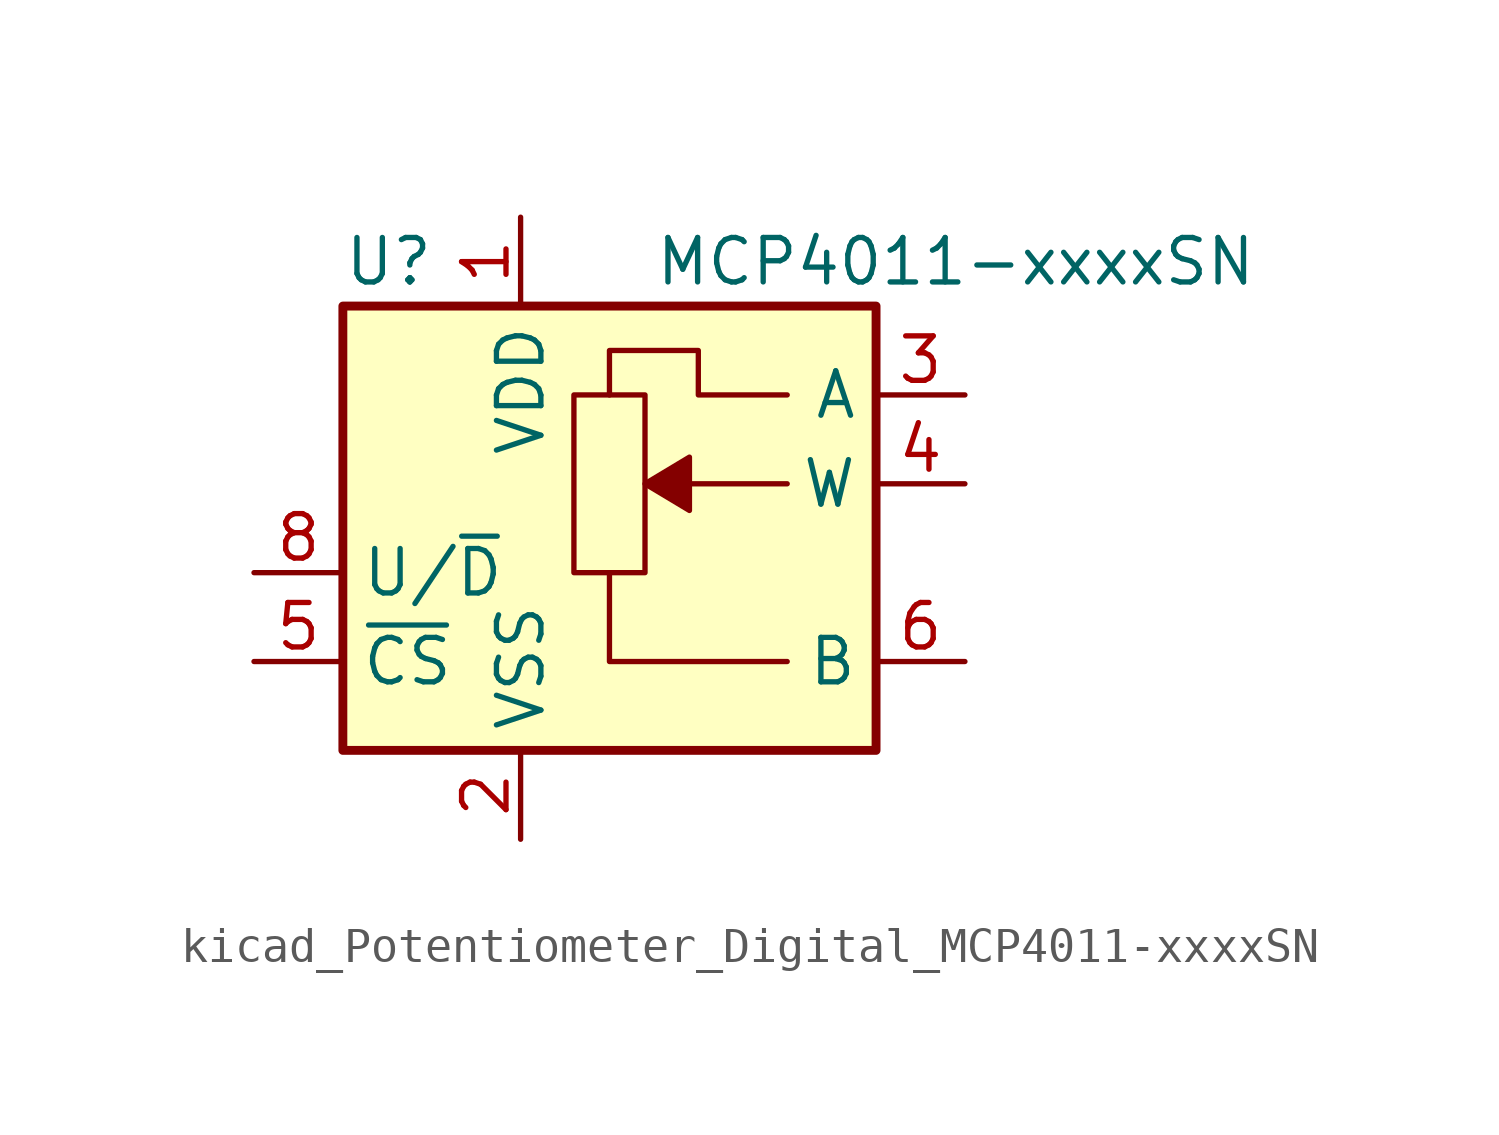
<source format=kicad_sym>
(kicad_symbol_lib
  (version 20220914)
  (generator kicad_symbol_editor)
  (symbol "kicad_Potentiometer_Digital_MCP4011-xxxxSN"
    (property "Reference" "U"
      (at -7.62 8.89 0)
      (effects (font (size 1.27 1.27)) (justify left)))
    (property "Value" "MCP4011-xxxxSN"
      (at 1.27 8.89 0)
      (effects (font (size 1.27 1.27)) (justify left)))
    (symbol "kicad_Potentiometer_Digital_MCP4011-xxxxSN_0_1"
      (polyline (pts (xy 0 0) (xy 0 -2.54) (xy 5.08 -2.54)) (stroke (width 0) (type default)) (fill (type none)))
      (polyline (pts (xy 5.08 2.54) (xy 3.81 2.54) (xy 1.27 2.54)) (stroke (width 0) (type default)) (fill (type none)))
      (polyline (pts (xy 5.08 5.08) (xy 2.54 5.08) (xy 2.54 6.35) (xy 0 6.35) (xy 0 5.08)) (stroke (width 0) (type default)) (fill (type none))))
    (symbol "kicad_Potentiometer_Digital_MCP4011-xxxxSN_1_1"
      (rectangle (start -7.62 7.62) (end 7.62 -5.08) (stroke (width 0.254) (type default)) (fill (type background)))
      (polyline (pts (xy 2.286 1.778) (xy 2.286 3.302) (xy 1.016 2.54) (xy 2.286 1.778)) (stroke (width 0) (type default)) (fill (type outline)))
      (rectangle (start 1.016 0) (end -1.016 5.08) (stroke (width 0) (type default)) (fill (type none)))
      (pin power_in line (at -2.54 10.16 270) (length 2.54) (name "VDD" (effects (font (size 1.27 1.27)))) (number "1" (effects (font (size 1.27 1.27)))))
      (pin power_in line (at -2.54 -7.62 90) (length 2.54) (name "VSS" (effects (font (size 1.27 1.27)))) (number "2" (effects (font (size 1.27 1.27)))))
      (pin passive line (at 10.16 5.08 180) (length 2.54) (name "A" (effects (font (size 1.27 1.27)))) (number "3" (effects (font (size 1.27 1.27)))))
      (pin passive line (at 10.16 2.54 180) (length 2.54) (name "W" (effects (font (size 1.27 1.27)))) (number "4" (effects (font (size 1.27 1.27)))))
      (pin input line (at -10.16 -2.54 0) (length 2.54) (name "~{CS}" (effects (font (size 1.27 1.27)))) (number "5" (effects (font (size 1.27 1.27)))))
      (pin passive line (at 10.16 -2.54 180) (length 2.54) (name "B" (effects (font (size 1.27 1.27)))) (number "6" (effects (font (size 1.27 1.27)))))
      (pin no_connect line (at -7.62 5.08 0) (length 2.54) hide (name "NC" (effects (font (size 1.27 1.27)))) (number "7" (effects (font (size 1.27 1.27)))))
      (pin input line (at -10.16 0 0) (length 2.54) (name "U/~{D}" (effects (font (size 1.27 1.27)))) (number "8" (effects (font (size 1.27 1.27))))))))
</source>
